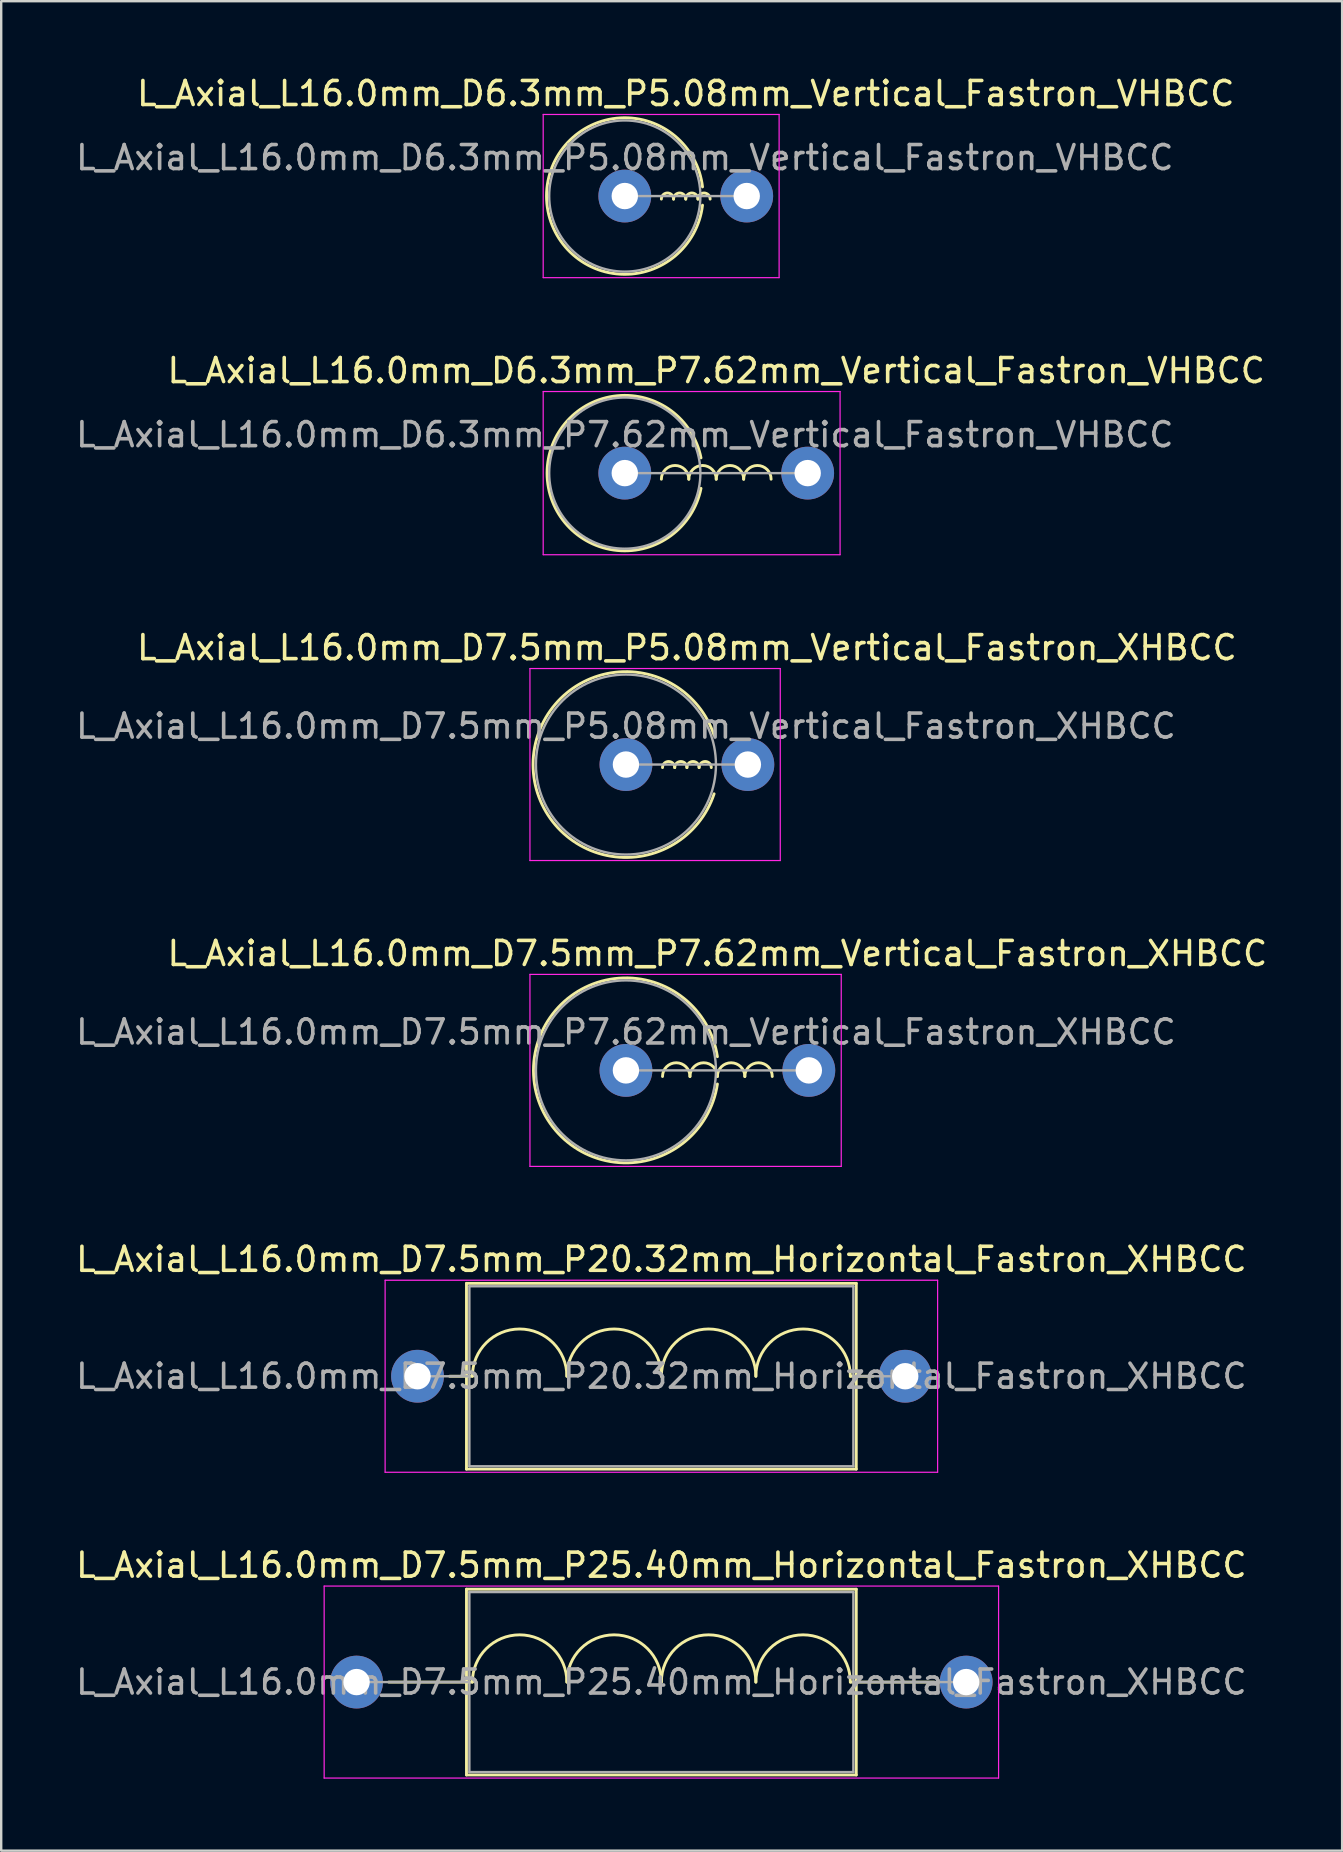
<source format=kicad_pcb>
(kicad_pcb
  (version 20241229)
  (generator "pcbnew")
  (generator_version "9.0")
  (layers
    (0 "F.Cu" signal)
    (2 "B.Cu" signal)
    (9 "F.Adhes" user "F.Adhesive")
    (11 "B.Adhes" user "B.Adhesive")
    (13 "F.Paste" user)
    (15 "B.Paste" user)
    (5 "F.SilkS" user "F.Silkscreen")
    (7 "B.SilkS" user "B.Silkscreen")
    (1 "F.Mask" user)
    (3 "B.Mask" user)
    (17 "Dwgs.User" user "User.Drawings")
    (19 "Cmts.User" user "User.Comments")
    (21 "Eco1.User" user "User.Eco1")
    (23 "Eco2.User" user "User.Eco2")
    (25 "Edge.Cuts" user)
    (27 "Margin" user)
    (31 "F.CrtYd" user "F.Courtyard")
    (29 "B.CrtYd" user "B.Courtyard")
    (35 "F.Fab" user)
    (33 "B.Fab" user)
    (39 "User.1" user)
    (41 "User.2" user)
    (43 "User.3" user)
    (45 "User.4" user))
  (footprint "L_Axial_L16.0mm_D7.5mm_P7.62mm_Vertical_Fastron_XHBCC"
    (layer "F.Cu")
    (at 23.03 41.548)
    (property "Reference" "L_Axial_L16.0mm_D7.5mm_P7.62mm_Vertical_Fastron_XHBCC" (at 3.81 -4.87 0) (layer "F.SilkS") (effects (font (size 1 1) (thickness 0.15))))
    (attr through_hole)
    (fp_arc (start 1.524 0.254) (mid 2.0955 -0.3175) (end 2.667 0.254) (stroke (width 0.12) (type solid)) (layer "F.SilkS"))
    (fp_arc (start 2.667 0.254) (mid 3.2385 -0.3175) (end 3.81 0.254) (stroke (width 0.12) (type solid)) (layer "F.SilkS"))
    (fp_arc (start 3.81 0.254) (mid 4.3815 -0.3175) (end 4.953 0.254) (stroke (width 0.12) (type solid)) (layer "F.SilkS"))
    (fp_arc (start 3.810593 0.567535) (mid -3.852624 0.002007) (end 3.81 -0.5715) (stroke (width 0.12) (type solid)) (layer "F.SilkS"))
    (fp_arc (start 4.953 0.254) (mid 5.5245 -0.3175) (end 6.096 0.254) (stroke (width 0.12) (type solid)) (layer "F.SilkS"))
    (fp_line (start -4 -4) (end -4 4) (stroke (width 0.05) (type solid)) (layer "F.CrtYd"))
    (fp_line (start -4 4) (end 8.97 4) (stroke (width 0.05) (type solid)) (layer "F.CrtYd"))
    (fp_line (start 8.97 -4) (end -4 -4) (stroke (width 0.05) (type solid)) (layer "F.CrtYd"))
    (fp_line (start 8.97 4) (end 8.97 -4) (stroke (width 0.05) (type solid)) (layer "F.CrtYd"))
    (fp_line (start 0 0) (end 7.62 0) (stroke (width 0.1) (type solid)) (layer "F.Fab"))
    (fp_circle (center 0 0) (end 3.75 0) (stroke (width 0.1) (type solid)) (fill no) (layer "F.Fab"))
    (fp_text user "${REFERENCE}" (at 0 -1.6 0) (layer "F.Fab") (effects (font (size 1 1) (thickness 0.15))))
    (pad "1" thru_hole circle (at 0 0) (size 2.2 2.2) (drill 1.1) (layers "*.Cu" "*.Mask"))
    (pad "2" thru_hole oval (at 7.62 0) (size 2.2 2.2) (drill 1.1) (layers "*.Cu" "*.Mask")))
  (footprint "L_Axial_L16.0mm_D6.3mm_P5.08mm_Vertical_Fastron_VHBCC"
    (layer "F.Cu")
    (at 22.982 5.118)
    (property "Reference" "L_Axial_L16.0mm_D6.3mm_P5.08mm_Vertical_Fastron_VHBCC" (at 2.54 -4.27 0) (layer "F.SilkS") (effects (font (size 1 1) (thickness 0.15))))
    (attr through_hole)
    (fp_arc (start 1.524 0.127) (mid 1.778 -0.127) (end 2.032 0.127) (stroke (width 0.12) (type solid)) (layer "F.SilkS"))
    (fp_arc (start 2.032 0.127) (mid 2.286 -0.127) (end 2.54 0.127) (stroke (width 0.12) (type solid)) (layer "F.SilkS"))
    (fp_arc (start 2.54 0.127) (mid 2.794 -0.127) (end 3.048 0.127) (stroke (width 0.12) (type solid)) (layer "F.SilkS"))
    (fp_arc (start 3.048 0.127) (mid 3.302 -0.127) (end 3.556 0.127) (stroke (width 0.12) (type solid)) (layer "F.SilkS"))
    (fp_arc (start 3.2385 0.381) (mid -3.260835 0) (end 3.2385 -0.381) (stroke (width 0.12) (type solid)) (layer "F.SilkS"))
    (fp_line (start -3.4 -3.4) (end -3.4 3.4) (stroke (width 0.05) (type solid)) (layer "F.CrtYd"))
    (fp_line (start -3.4 3.4) (end 6.43 3.4) (stroke (width 0.05) (type solid)) (layer "F.CrtYd"))
    (fp_line (start 6.43 -3.4) (end -3.4 -3.4) (stroke (width 0.05) (type solid)) (layer "F.CrtYd"))
    (fp_line (start 6.43 3.4) (end 6.43 -3.4) (stroke (width 0.05) (type solid)) (layer "F.CrtYd"))
    (fp_line (start 0 0) (end 5.08 0) (stroke (width 0.1) (type solid)) (layer "F.Fab"))
    (fp_circle (center 0 0) (end 3.15 0) (stroke (width 0.1) (type solid)) (fill no) (layer "F.Fab"))
    (fp_text user "${REFERENCE}" (at 0 -1.6 0) (layer "F.Fab") (effects (font (size 1 1) (thickness 0.15))))
    (pad "1" thru_hole circle (at 0 0) (size 2.2 2.2) (drill 1.1) (layers "*.Cu" "*.Mask"))
    (pad "2" thru_hole oval (at 5.08 0) (size 2.2 2.2) (drill 1.1) (layers "*.Cu" "*.Mask")))
  (footprint "L_Axial_L16.0mm_D7.5mm_P20.32mm_Horizontal_Fastron_XHBCC"
    (layer "F.Cu")
    (at 14.346 54.291)
    (property "Reference" "L_Axial_L16.0mm_D7.5mm_P20.32mm_Horizontal_Fastron_XHBCC" (at 10.16 -4.87 0) (layer "F.SilkS") (effects (font (size 1 1) (thickness 0.15))))
    (attr through_hole)
    (fp_line (start 1.34 0) (end 2.04 0) (stroke (width 0.12) (type solid)) (layer "F.SilkS"))
    (fp_line (start 2.04 -3.87) (end 2.04 3.87) (stroke (width 0.12) (type solid)) (layer "F.SilkS"))
    (fp_line (start 2.04 3.87) (end 18.28 3.87) (stroke (width 0.12) (type solid)) (layer "F.SilkS"))
    (fp_line (start 2.286 0) (end 2.04 0) (stroke (width 0.12) (type solid)) (layer "F.SilkS"))
    (fp_line (start 18.034 0) (end 18.288 0) (stroke (width 0.12) (type solid)) (layer "F.SilkS"))
    (fp_line (start 18.28 -3.87) (end 2.04 -3.87) (stroke (width 0.12) (type solid)) (layer "F.SilkS"))
    (fp_line (start 18.28 3.87) (end 18.28 -3.87) (stroke (width 0.12) (type solid)) (layer "F.SilkS"))
    (fp_line (start 18.98 0) (end 18.28 0) (stroke (width 0.12) (type solid)) (layer "F.SilkS"))
    (fp_arc (start 2.286 0) (mid 4.2545 -1.9685) (end 6.223 0) (stroke (width 0.12) (type solid)) (layer "F.SilkS"))
    (fp_arc (start 6.223 0) (mid 8.1915 -1.9685) (end 10.16 0) (stroke (width 0.12) (type solid)) (layer "F.SilkS"))
    (fp_arc (start 10.16 0) (mid 12.1285 -1.9685) (end 14.097 0) (stroke (width 0.12) (type solid)) (layer "F.SilkS"))
    (fp_arc (start 14.097 0) (mid 16.0655 -1.9685) (end 18.034 0) (stroke (width 0.12) (type solid)) (layer "F.SilkS"))
    (fp_line (start -1.35 -4) (end -1.35 4) (stroke (width 0.05) (type solid)) (layer "F.CrtYd"))
    (fp_line (start -1.35 4) (end 21.67 4) (stroke (width 0.05) (type solid)) (layer "F.CrtYd"))
    (fp_line (start 21.67 -4) (end -1.35 -4) (stroke (width 0.05) (type solid)) (layer "F.CrtYd"))
    (fp_line (start 21.67 4) (end 21.67 -4) (stroke (width 0.05) (type solid)) (layer "F.CrtYd"))
    (fp_line (start 0 0) (end 2.16 0) (stroke (width 0.1) (type solid)) (layer "F.Fab"))
    (fp_line (start 2.16 -3.75) (end 2.16 3.75) (stroke (width 0.1) (type solid)) (layer "F.Fab"))
    (fp_line (start 2.16 3.75) (end 18.16 3.75) (stroke (width 0.1) (type solid)) (layer "F.Fab"))
    (fp_line (start 18.16 -3.75) (end 2.16 -3.75) (stroke (width 0.1) (type solid)) (layer "F.Fab"))
    (fp_line (start 18.16 3.75) (end 18.16 -3.75) (stroke (width 0.1) (type solid)) (layer "F.Fab"))
    (fp_line (start 20.32 0) (end 18.16 0) (stroke (width 0.1) (type solid)) (layer "F.Fab"))
    (fp_text user "${REFERENCE}" (at 10.16 0 0) (layer "F.Fab") (effects (font (size 1 1) (thickness 0.15))))
    (pad "1" thru_hole circle (at 0 0) (size 2.2 2.2) (drill 1.1) (layers "*.Cu" "*.Mask"))
    (pad "2" thru_hole oval (at 20.32 0) (size 2.2 2.2) (drill 1.1) (layers "*.Cu" "*.Mask")))
  (footprint "L_Axial_L16.0mm_D7.5mm_P5.08mm_Vertical_Fastron_XHBCC"
    (layer "F.Cu")
    (at 23.03 28.805)
    (property "Reference" "L_Axial_L16.0mm_D7.5mm_P5.08mm_Vertical_Fastron_XHBCC" (at 2.54 -4.87 0) (layer "F.SilkS") (effects (font (size 1 1) (thickness 0.15))))
    (attr through_hole)
    (fp_arc (start 1.524 0.127) (mid 1.778 -0.127) (end 2.032 0.127) (stroke (width 0.12) (type solid)) (layer "F.SilkS"))
    (fp_arc (start 2.032 0.127) (mid 2.286 -0.127) (end 2.54 0.127) (stroke (width 0.12) (type solid)) (layer "F.SilkS"))
    (fp_arc (start 2.54 0.127) (mid 2.794 -0.127) (end 3.048 0.127) (stroke (width 0.12) (type solid)) (layer "F.SilkS"))
    (fp_arc (start 3.048 0.127) (mid 3.302 -0.127) (end 3.556 0.127) (stroke (width 0.12) (type solid)) (layer "F.SilkS"))
    (fp_arc (start 3.672669 1.22) (mid -3.87 0) (end 3.672669 -1.22) (stroke (width 0.12) (type solid)) (layer "F.SilkS"))
    (fp_line (start -4 -4) (end -4 4) (stroke (width 0.05) (type solid)) (layer "F.CrtYd"))
    (fp_line (start -4 4) (end 6.43 4) (stroke (width 0.05) (type solid)) (layer "F.CrtYd"))
    (fp_line (start 6.43 -4) (end -4 -4) (stroke (width 0.05) (type solid)) (layer "F.CrtYd"))
    (fp_line (start 6.43 4) (end 6.43 -4) (stroke (width 0.05) (type solid)) (layer "F.CrtYd"))
    (fp_line (start 0 0) (end 5.08 0) (stroke (width 0.1) (type solid)) (layer "F.Fab"))
    (fp_circle (center 0 0) (end 3.75 0) (stroke (width 0.1) (type solid)) (fill no) (layer "F.Fab"))
    (fp_text user "${REFERENCE}" (at 0 -1.6 0) (layer "F.Fab") (effects (font (size 1 1) (thickness 0.15))))
    (pad "1" thru_hole circle (at 0 0) (size 2.2 2.2) (drill 1.1) (layers "*.Cu" "*.Mask"))
    (pad "2" thru_hole oval (at 5.08 0) (size 2.2 2.2) (drill 1.1) (layers "*.Cu" "*.Mask")))
  (footprint "L_Axial_L16.0mm_D6.3mm_P7.62mm_Vertical_Fastron_VHBCC"
    (layer "F.Cu")
    (at 22.982 16.662)
    (property "Reference" "L_Axial_L16.0mm_D6.3mm_P7.62mm_Vertical_Fastron_VHBCC" (at 3.81 -4.27 0) (layer "F.SilkS") (effects (font (size 1 1) (thickness 0.15))))
    (attr through_hole)
    (fp_arc (start 1.524 0.254) (mid 2.0955 -0.3175) (end 2.667 0.254) (stroke (width 0.12) (type solid)) (layer "F.SilkS"))
    (fp_arc (start 2.667 0.254) (mid 3.2385 -0.3175) (end 3.81 0.254) (stroke (width 0.12) (type solid)) (layer "F.SilkS"))
    (fp_arc (start 3.175 0.635) (mid -3.237877 0) (end 3.175 -0.635) (stroke (width 0.12) (type solid)) (layer "F.SilkS"))
    (fp_arc (start 3.81 0.254) (mid 4.3815 -0.3175) (end 4.953 0.254) (stroke (width 0.12) (type solid)) (layer "F.SilkS"))
    (fp_arc (start 4.953 0.254) (mid 5.5245 -0.3175) (end 6.096 0.254) (stroke (width 0.12) (type solid)) (layer "F.SilkS"))
    (fp_line (start -3.4 -3.4) (end -3.4 3.4) (stroke (width 0.05) (type solid)) (layer "F.CrtYd"))
    (fp_line (start -3.4 3.4) (end 8.97 3.4) (stroke (width 0.05) (type solid)) (layer "F.CrtYd"))
    (fp_line (start 8.97 -3.4) (end -3.4 -3.4) (stroke (width 0.05) (type solid)) (layer "F.CrtYd"))
    (fp_line (start 8.97 3.4) (end 8.97 -3.4) (stroke (width 0.05) (type solid)) (layer "F.CrtYd"))
    (fp_line (start 0 0) (end 7.62 0) (stroke (width 0.1) (type solid)) (layer "F.Fab"))
    (fp_circle (center 0 0) (end 3.15 0) (stroke (width 0.1) (type solid)) (fill no) (layer "F.Fab"))
    (fp_text user "${REFERENCE}" (at 0 -1.6 0) (layer "F.Fab") (effects (font (size 1 1) (thickness 0.15))))
    (pad "1" thru_hole circle (at 0 0) (size 2.2 2.2) (drill 1.1) (layers "*.Cu" "*.Mask"))
    (pad "2" thru_hole oval (at 7.62 0) (size 2.2 2.2) (drill 1.1) (layers "*.Cu" "*.Mask")))
  (footprint "L_Axial_L16.0mm_D7.5mm_P25.40mm_Horizontal_Fastron_XHBCC"
    (layer "F.Cu")
    (at 11.806 67.034)
    (property "Reference" "L_Axial_L16.0mm_D7.5mm_P25.40mm_Horizontal_Fastron_XHBCC" (at 12.7 -4.87 0) (layer "F.SilkS") (effects (font (size 1 1) (thickness 0.15))))
    (attr through_hole)
    (fp_line (start 1.34 0) (end 4.58 0) (stroke (width 0.12) (type solid)) (layer "F.SilkS"))
    (fp_line (start 4.58 -3.87) (end 4.58 3.87) (stroke (width 0.12) (type solid)) (layer "F.SilkS"))
    (fp_line (start 4.58 3.87) (end 20.82 3.87) (stroke (width 0.12) (type solid)) (layer "F.SilkS"))
    (fp_line (start 4.826 0) (end 4.58 0) (stroke (width 0.12) (type solid)) (layer "F.SilkS"))
    (fp_line (start 20.574 0) (end 20.828 0) (stroke (width 0.12) (type solid)) (layer "F.SilkS"))
    (fp_line (start 20.82 -3.87) (end 4.58 -3.87) (stroke (width 0.12) (type solid)) (layer "F.SilkS"))
    (fp_line (start 20.82 3.87) (end 20.82 -3.87) (stroke (width 0.12) (type solid)) (layer "F.SilkS"))
    (fp_line (start 24.06 0) (end 20.82 0) (stroke (width 0.12) (type solid)) (layer "F.SilkS"))
    (fp_arc (start 4.826 0) (mid 6.7945 -1.9685) (end 8.763 0) (stroke (width 0.12) (type solid)) (layer "F.SilkS"))
    (fp_arc (start 8.763 0) (mid 10.7315 -1.9685) (end 12.7 0) (stroke (width 0.12) (type solid)) (layer "F.SilkS"))
    (fp_arc (start 12.7 0) (mid 14.6685 -1.9685) (end 16.637 0) (stroke (width 0.12) (type solid)) (layer "F.SilkS"))
    (fp_arc (start 16.637 0) (mid 18.6055 -1.9685) (end 20.574 0) (stroke (width 0.12) (type solid)) (layer "F.SilkS"))
    (fp_line (start -1.35 -4) (end -1.35 4) (stroke (width 0.05) (type solid)) (layer "F.CrtYd"))
    (fp_line (start -1.35 4) (end 26.75 4) (stroke (width 0.05) (type solid)) (layer "F.CrtYd"))
    (fp_line (start 26.75 -4) (end -1.35 -4) (stroke (width 0.05) (type solid)) (layer "F.CrtYd"))
    (fp_line (start 26.75 4) (end 26.75 -4) (stroke (width 0.05) (type solid)) (layer "F.CrtYd"))
    (fp_line (start 0 0) (end 4.7 0) (stroke (width 0.1) (type solid)) (layer "F.Fab"))
    (fp_line (start 4.7 -3.75) (end 4.7 3.75) (stroke (width 0.1) (type solid)) (layer "F.Fab"))
    (fp_line (start 4.7 3.75) (end 20.7 3.75) (stroke (width 0.1) (type solid)) (layer "F.Fab"))
    (fp_line (start 20.7 -3.75) (end 4.7 -3.75) (stroke (width 0.1) (type solid)) (layer "F.Fab"))
    (fp_line (start 20.7 3.75) (end 20.7 -3.75) (stroke (width 0.1) (type solid)) (layer "F.Fab"))
    (fp_line (start 25.4 0) (end 20.7 0) (stroke (width 0.1) (type solid)) (layer "F.Fab"))
    (fp_text user "${REFERENCE}" (at 12.7 0 0) (layer "F.Fab") (effects (font (size 1 1) (thickness 0.15))))
    (pad "1" thru_hole circle (at 0 0) (size 2.2 2.2) (drill 1.1) (layers "*.Cu" "*.Mask"))
    (pad "2" thru_hole oval (at 25.4 0) (size 2.2 2.2) (drill 1.1) (layers "*.Cu" "*.Mask")))
  (gr_rect
    (start -3 -3)
    (end 52.87 74.059)
    (stroke (width 0.1) (type default))
    (fill no)
    (layer "Edge.Cuts")))
</source>
